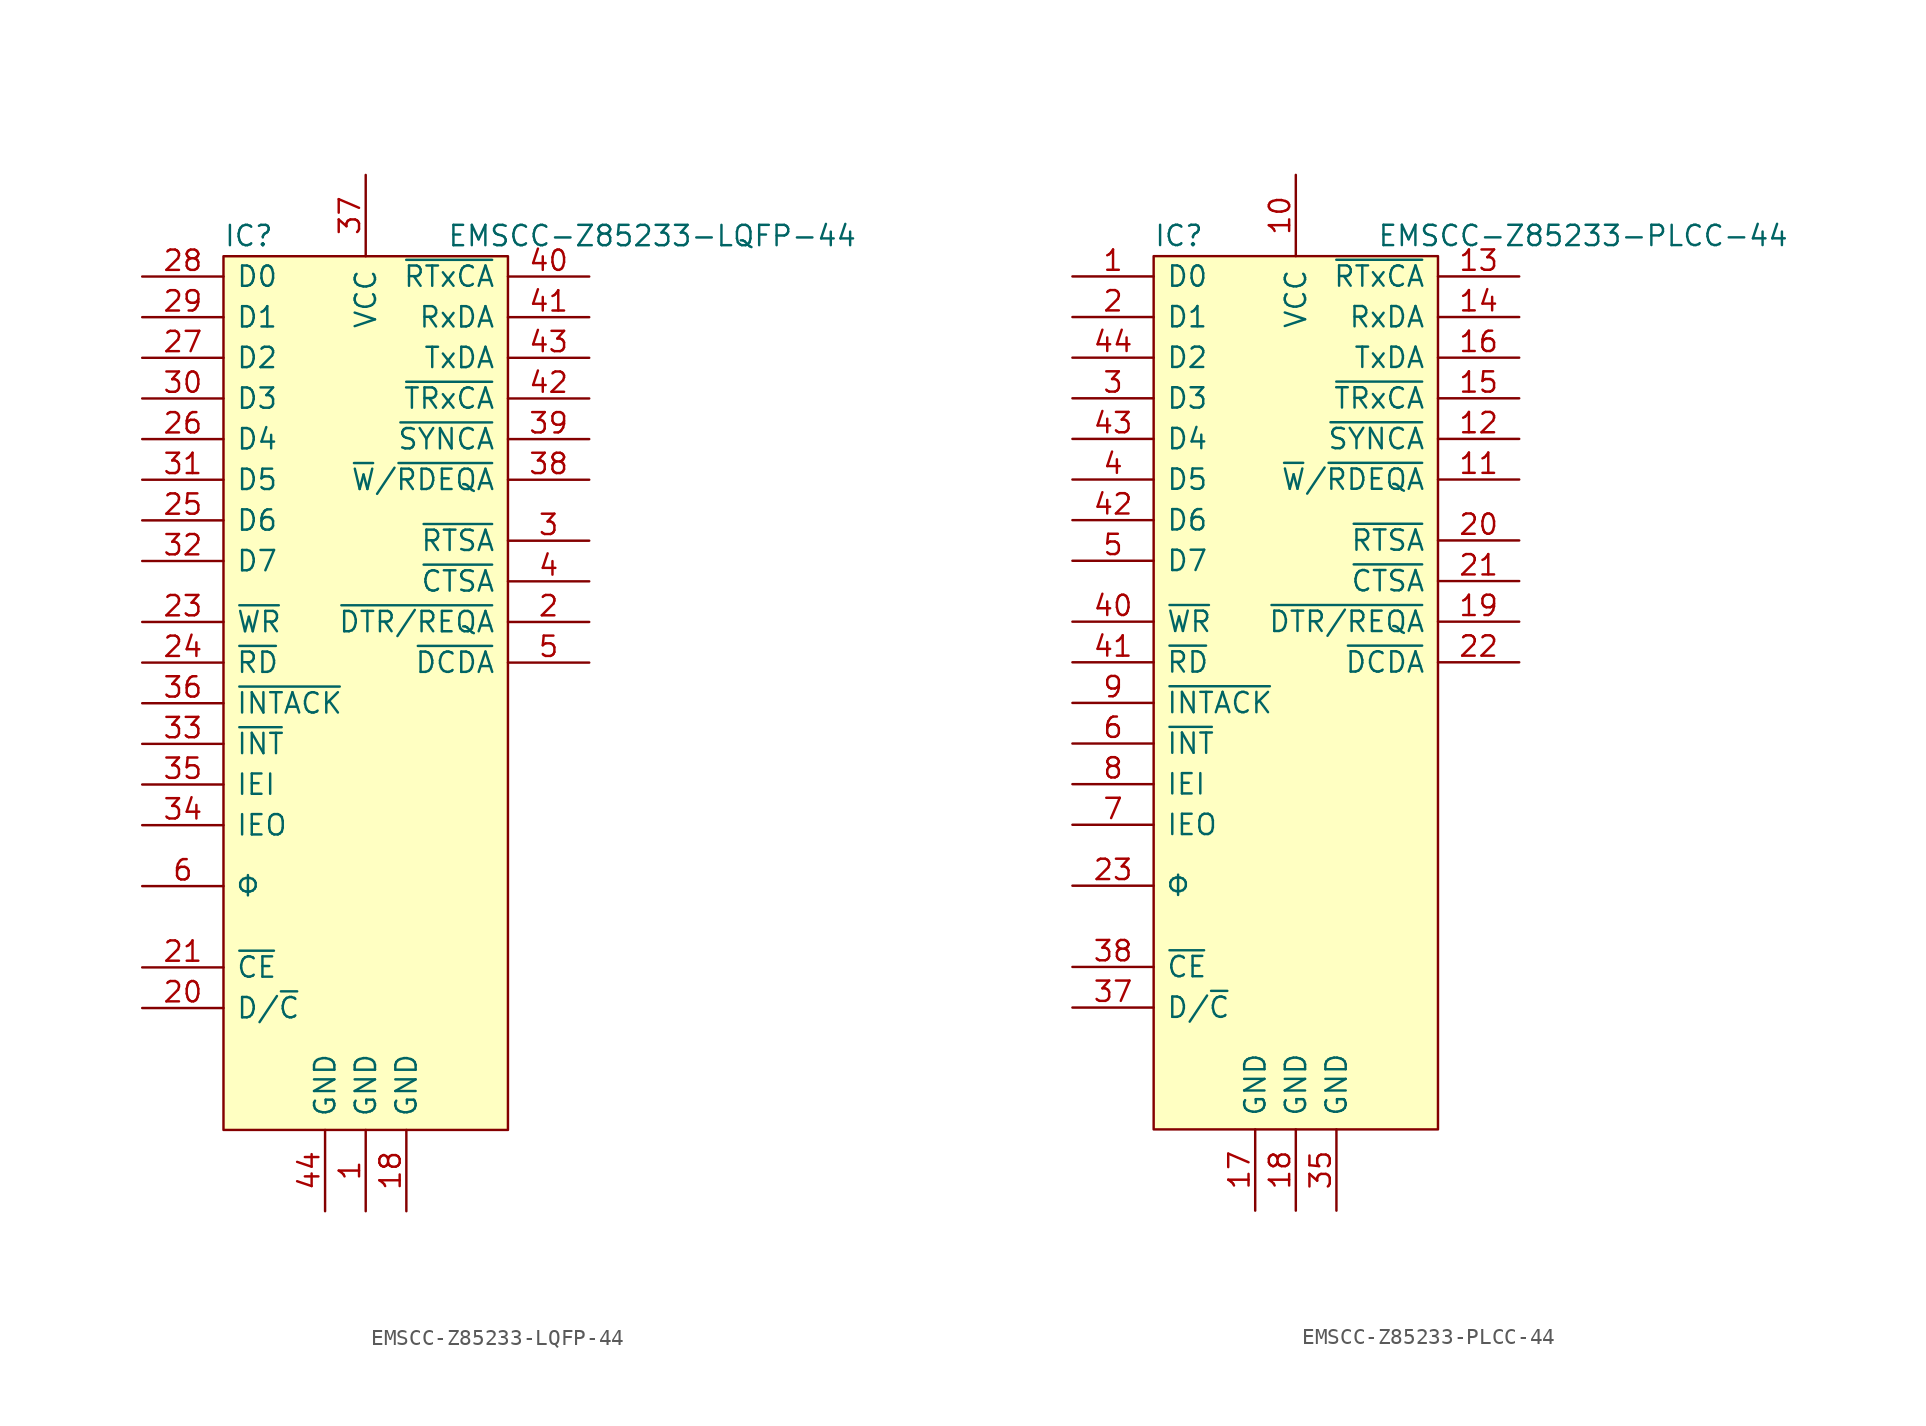
<source format=kicad_sym>
(kicad_symbol_lib
  (version 20220914)
  (generator kicad_symbol_editor)
  (symbol "EMSCC-Z85233-LQFP-44"
    (pin_names
      (offset 0.762))
    (property "Reference" "IC"
      (at 0 1.27 0)
      (effects (font (size 1.27 1.27)) (justify left)))
    (property "Value" "EMSCC-Z85233-LQFP-44"
      (at 13.97 1.27 0)
      (effects (font (size 1.27 1.27)) (justify left)))
    (symbol "EMSCC-Z85233-LQFP-44_0_0"
      (pin power_in line (at 8.89 -59.69 90) (length 5.08) (name "GND" (effects (font (size 1.27 1.27)))) (number "1" (effects (font (size 1.27 1.27)))))
      (pin power_in line (at 11.43 -59.69 90) (length 5.08) (name "GND" (effects (font (size 1.27 1.27)))) (number "18" (effects (font (size 1.27 1.27)))))
      (pin output line (at 22.86 -22.86 180) (length 5.08) (name "~{DTR/REQA}" (effects (font (size 1.27 1.27)))) (number "2" (effects (font (size 1.27 1.27)))))
      (pin input line (at -5.08 -46.99 0) (length 5.08) (name "D/~{C}" (effects (font (size 1.27 1.27)))) (number "20" (effects (font (size 1.27 1.27)))))
      (pin input line (at -5.08 -44.45 0) (length 5.08) (name "~{CE}" (effects (font (size 1.27 1.27)))) (number "21" (effects (font (size 1.27 1.27)))))
      (pin input line (at -5.08 -22.86 0) (length 5.08) (name "~{WR}" (effects (font (size 1.27 1.27)))) (number "23" (effects (font (size 1.27 1.27)))))
      (pin input line (at -5.08 -25.4 0) (length 5.08) (name "~{RD}" (effects (font (size 1.27 1.27)))) (number "24" (effects (font (size 1.27 1.27)))))
      (pin bidirectional line (at -5.08 -16.51 0) (length 5.08) (name "D6" (effects (font (size 1.27 1.27)))) (number "25" (effects (font (size 1.27 1.27)))))
      (pin bidirectional line (at -5.08 -11.43 0) (length 5.08) (name "D4" (effects (font (size 1.27 1.27)))) (number "26" (effects (font (size 1.27 1.27)))))
      (pin bidirectional line (at -5.08 -6.35 0) (length 5.08) (name "D2" (effects (font (size 1.27 1.27)))) (number "27" (effects (font (size 1.27 1.27)))))
      (pin bidirectional line (at -5.08 -1.27 0) (length 5.08) (name "D0" (effects (font (size 1.27 1.27)))) (number "28" (effects (font (size 1.27 1.27)))))
      (pin bidirectional line (at -5.08 -3.81 0) (length 5.08) (name "D1" (effects (font (size 1.27 1.27)))) (number "29" (effects (font (size 1.27 1.27)))))
      (pin output line (at 22.86 -17.78 180) (length 5.08) (name "~{RTSA}" (effects (font (size 1.27 1.27)))) (number "3" (effects (font (size 1.27 1.27)))))
      (pin bidirectional line (at -5.08 -8.89 0) (length 5.08) (name "D3" (effects (font (size 1.27 1.27)))) (number "30" (effects (font (size 1.27 1.27)))))
      (pin bidirectional line (at -5.08 -13.97 0) (length 5.08) (name "D5" (effects (font (size 1.27 1.27)))) (number "31" (effects (font (size 1.27 1.27)))))
      (pin bidirectional line (at -5.08 -19.05 0) (length 5.08) (name "D7" (effects (font (size 1.27 1.27)))) (number "32" (effects (font (size 1.27 1.27)))))
      (pin input line (at -5.08 -30.48 0) (length 5.08) (name "~{INT}" (effects (font (size 1.27 1.27)))) (number "33" (effects (font (size 1.27 1.27)))))
      (pin output line (at -5.08 -35.56 0) (length 5.08) (name "IEO" (effects (font (size 1.27 1.27)))) (number "34" (effects (font (size 1.27 1.27)))))
      (pin input line (at -5.08 -33.02 0) (length 5.08) (name "IEI" (effects (font (size 1.27 1.27)))) (number "35" (effects (font (size 1.27 1.27)))))
      (pin input line (at -5.08 -27.94 0) (length 5.08) (name "~{INTACK}" (effects (font (size 1.27 1.27)))) (number "36" (effects (font (size 1.27 1.27)))))
      (pin power_in line (at 8.89 5.08 270) (length 5.08) (name "VCC" (effects (font (size 1.27 1.27)))) (number "37" (effects (font (size 1.27 1.27)))))
      (pin output line (at 22.86 -13.97 180) (length 5.08) (name "~{W}/~{RDEQA}" (effects (font (size 1.27 1.27)))) (number "38" (effects (font (size 1.27 1.27)))))
      (pin bidirectional line (at 22.86 -11.43 180) (length 5.08) (name "~{SYNCA}" (effects (font (size 1.27 1.27)))) (number "39" (effects (font (size 1.27 1.27)))))
      (pin input line (at 22.86 -20.32 180) (length 5.08) (name "~{CTSA}" (effects (font (size 1.27 1.27)))) (number "4" (effects (font (size 1.27 1.27)))))
      (pin input line (at 22.86 -1.27 180) (length 5.08) (name "~{RTxCA}" (effects (font (size 1.27 1.27)))) (number "40" (effects (font (size 1.27 1.27)))))
      (pin input line (at 22.86 -3.81 180) (length 5.08) (name "RxDA" (effects (font (size 1.27 1.27)))) (number "41" (effects (font (size 1.27 1.27)))))
      (pin input line (at 22.86 -8.89 180) (length 5.08) (name "~{TRxCA}" (effects (font (size 1.27 1.27)))) (number "42" (effects (font (size 1.27 1.27)))))
      (pin output line (at 22.86 -6.35 180) (length 5.08) (name "TxDA" (effects (font (size 1.27 1.27)))) (number "43" (effects (font (size 1.27 1.27)))))
      (pin power_in line (at 6.35 -59.69 90) (length 5.08) (name "GND" (effects (font (size 1.27 1.27)))) (number "44" (effects (font (size 1.27 1.27)))))
      (pin input line (at 22.86 -25.4 180) (length 5.08) (name "~{DCDA}" (effects (font (size 1.27 1.27)))) (number "5" (effects (font (size 1.27 1.27)))))
      (pin input line (at -5.08 -39.37 0) (length 5.08) (name "Φ" (effects (font (size 1.27 1.27)))) (number "6" (effects (font (size 1.27 1.27))))))
    (symbol "EMSCC-Z85233-LQFP-44_0_1"
      (rectangle (start 0 0) (end 17.78 -54.61) (stroke (width 0) (type solid)) (fill (type background)))))
  (symbol "EMSCC-Z85233-PLCC-44"
    (pin_names
      (offset 0.762))
    (property "Reference" "IC"
      (at 0 1.27 0)
      (effects (font (size 1.27 1.27)) (justify left)))
    (property "Value" "EMSCC-Z85233-PLCC-44"
      (at 13.97 1.27 0)
      (effects (font (size 1.27 1.27)) (justify left)))
    (symbol "EMSCC-Z85233-PLCC-44_0_0"
      (pin bidirectional line (at -5.08 -1.27 0) (length 5.08) (name "D0" (effects (font (size 1.27 1.27)))) (number "1" (effects (font (size 1.27 1.27)))))
      (pin power_in line (at 8.89 5.08 270) (length 5.08) (name "VCC" (effects (font (size 1.27 1.27)))) (number "10" (effects (font (size 1.27 1.27)))))
      (pin output line (at 22.86 -13.97 180) (length 5.08) (name "~{W}/~{RDEQA}" (effects (font (size 1.27 1.27)))) (number "11" (effects (font (size 1.27 1.27)))))
      (pin bidirectional line (at 22.86 -11.43 180) (length 5.08) (name "~{SYNCA}" (effects (font (size 1.27 1.27)))) (number "12" (effects (font (size 1.27 1.27)))))
      (pin input line (at 22.86 -1.27 180) (length 5.08) (name "~{RTxCA}" (effects (font (size 1.27 1.27)))) (number "13" (effects (font (size 1.27 1.27)))))
      (pin input line (at 22.86 -3.81 180) (length 5.08) (name "RxDA" (effects (font (size 1.27 1.27)))) (number "14" (effects (font (size 1.27 1.27)))))
      (pin input line (at 22.86 -8.89 180) (length 5.08) (name "~{TRxCA}" (effects (font (size 1.27 1.27)))) (number "15" (effects (font (size 1.27 1.27)))))
      (pin output line (at 22.86 -6.35 180) (length 5.08) (name "TxDA" (effects (font (size 1.27 1.27)))) (number "16" (effects (font (size 1.27 1.27)))))
      (pin power_in line (at 6.35 -59.69 90) (length 5.08) (name "GND" (effects (font (size 1.27 1.27)))) (number "17" (effects (font (size 1.27 1.27)))))
      (pin power_in line (at 8.89 -59.69 90) (length 5.08) (name "GND" (effects (font (size 1.27 1.27)))) (number "18" (effects (font (size 1.27 1.27)))))
      (pin output line (at 22.86 -22.86 180) (length 5.08) (name "~{DTR/REQA}" (effects (font (size 1.27 1.27)))) (number "19" (effects (font (size 1.27 1.27)))))
      (pin bidirectional line (at -5.08 -3.81 0) (length 5.08) (name "D1" (effects (font (size 1.27 1.27)))) (number "2" (effects (font (size 1.27 1.27)))))
      (pin output line (at 22.86 -17.78 180) (length 5.08) (name "~{RTSA}" (effects (font (size 1.27 1.27)))) (number "20" (effects (font (size 1.27 1.27)))))
      (pin input line (at 22.86 -20.32 180) (length 5.08) (name "~{CTSA}" (effects (font (size 1.27 1.27)))) (number "21" (effects (font (size 1.27 1.27)))))
      (pin input line (at 22.86 -25.4 180) (length 5.08) (name "~{DCDA}" (effects (font (size 1.27 1.27)))) (number "22" (effects (font (size 1.27 1.27)))))
      (pin input line (at -5.08 -39.37 0) (length 5.08) (name "Φ" (effects (font (size 1.27 1.27)))) (number "23" (effects (font (size 1.27 1.27)))))
      (pin bidirectional line (at -5.08 -8.89 0) (length 5.08) (name "D3" (effects (font (size 1.27 1.27)))) (number "3" (effects (font (size 1.27 1.27)))))
      (pin power_in line (at 11.43 -59.69 90) (length 5.08) (name "GND" (effects (font (size 1.27 1.27)))) (number "35" (effects (font (size 1.27 1.27)))))
      (pin input line (at -5.08 -46.99 0) (length 5.08) (name "D/~{C}" (effects (font (size 1.27 1.27)))) (number "37" (effects (font (size 1.27 1.27)))))
      (pin input line (at -5.08 -44.45 0) (length 5.08) (name "~{CE}" (effects (font (size 1.27 1.27)))) (number "38" (effects (font (size 1.27 1.27)))))
      (pin bidirectional line (at -5.08 -13.97 0) (length 5.08) (name "D5" (effects (font (size 1.27 1.27)))) (number "4" (effects (font (size 1.27 1.27)))))
      (pin input line (at -5.08 -22.86 0) (length 5.08) (name "~{WR}" (effects (font (size 1.27 1.27)))) (number "40" (effects (font (size 1.27 1.27)))))
      (pin input line (at -5.08 -25.4 0) (length 5.08) (name "~{RD}" (effects (font (size 1.27 1.27)))) (number "41" (effects (font (size 1.27 1.27)))))
      (pin bidirectional line (at -5.08 -16.51 0) (length 5.08) (name "D6" (effects (font (size 1.27 1.27)))) (number "42" (effects (font (size 1.27 1.27)))))
      (pin bidirectional line (at -5.08 -11.43 0) (length 5.08) (name "D4" (effects (font (size 1.27 1.27)))) (number "43" (effects (font (size 1.27 1.27)))))
      (pin bidirectional line (at -5.08 -6.35 0) (length 5.08) (name "D2" (effects (font (size 1.27 1.27)))) (number "44" (effects (font (size 1.27 1.27)))))
      (pin bidirectional line (at -5.08 -19.05 0) (length 5.08) (name "D7" (effects (font (size 1.27 1.27)))) (number "5" (effects (font (size 1.27 1.27)))))
      (pin input line (at -5.08 -30.48 0) (length 5.08) (name "~{INT}" (effects (font (size 1.27 1.27)))) (number "6" (effects (font (size 1.27 1.27)))))
      (pin output line (at -5.08 -35.56 0) (length 5.08) (name "IEO" (effects (font (size 1.27 1.27)))) (number "7" (effects (font (size 1.27 1.27)))))
      (pin input line (at -5.08 -33.02 0) (length 5.08) (name "IEI" (effects (font (size 1.27 1.27)))) (number "8" (effects (font (size 1.27 1.27)))))
      (pin input line (at -5.08 -27.94 0) (length 5.08) (name "~{INTACK}" (effects (font (size 1.27 1.27)))) (number "9" (effects (font (size 1.27 1.27))))))
    (symbol "EMSCC-Z85233-PLCC-44_0_1"
      (rectangle (start 0 0) (end 17.78 -54.61) (stroke (width 0) (type solid)) (fill (type background))))))
</source>
